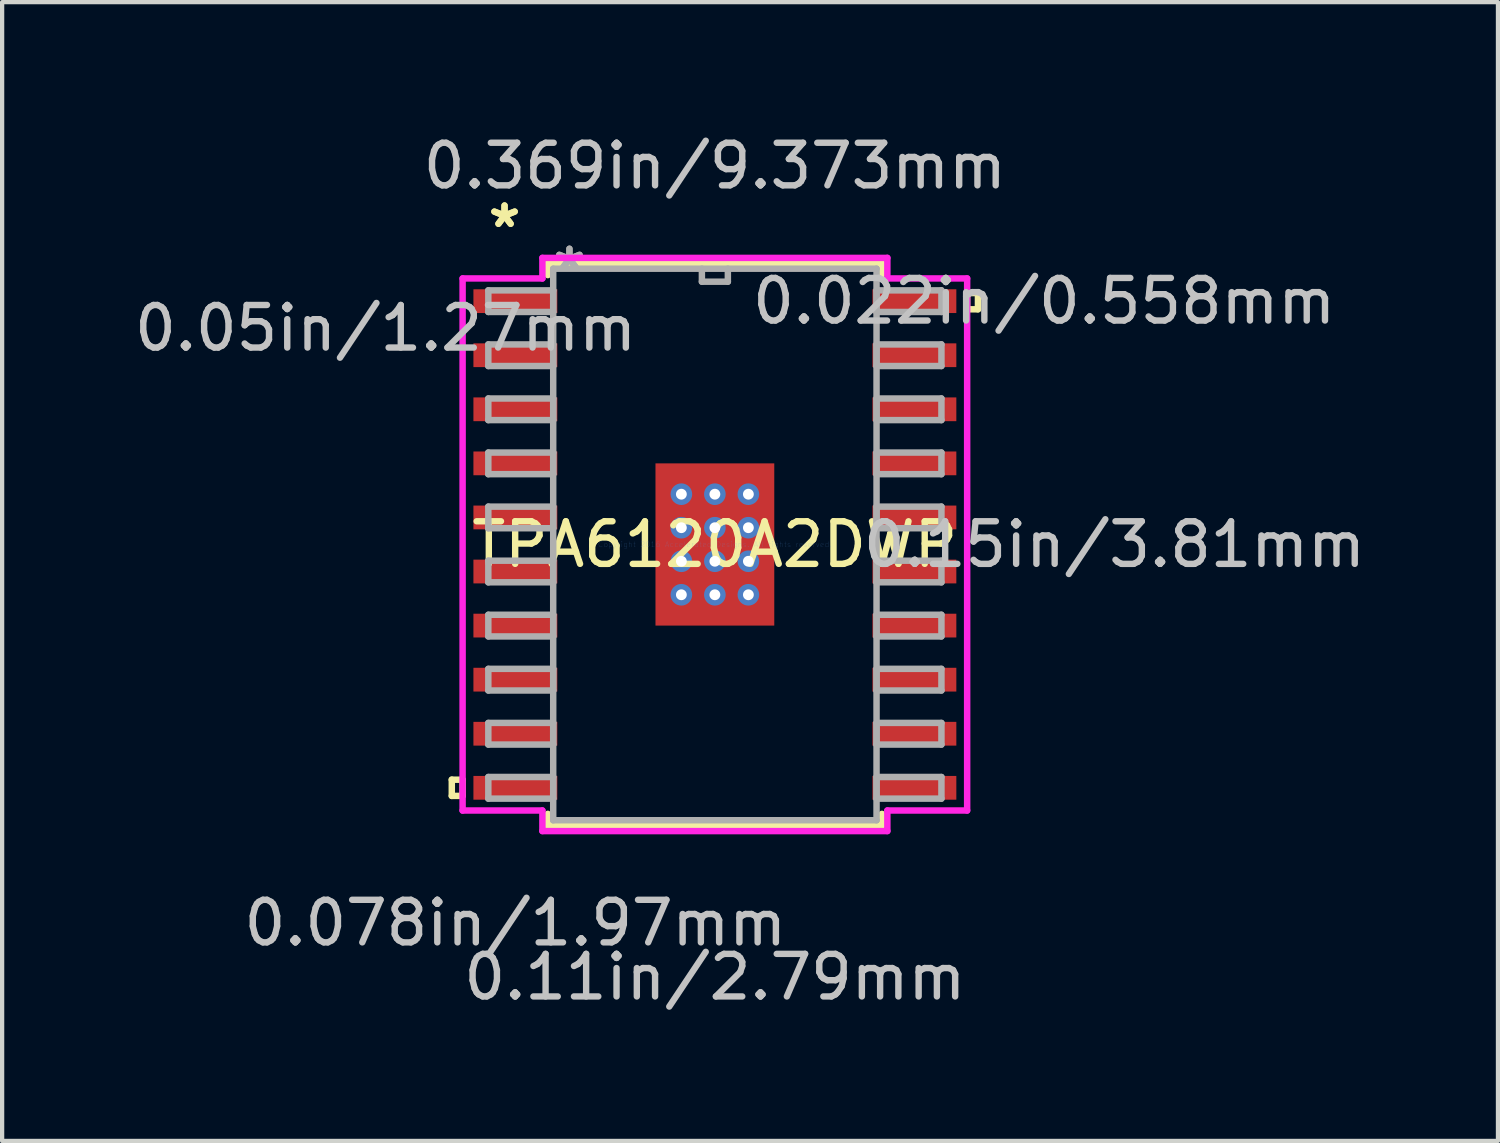
<source format=kicad_pcb>
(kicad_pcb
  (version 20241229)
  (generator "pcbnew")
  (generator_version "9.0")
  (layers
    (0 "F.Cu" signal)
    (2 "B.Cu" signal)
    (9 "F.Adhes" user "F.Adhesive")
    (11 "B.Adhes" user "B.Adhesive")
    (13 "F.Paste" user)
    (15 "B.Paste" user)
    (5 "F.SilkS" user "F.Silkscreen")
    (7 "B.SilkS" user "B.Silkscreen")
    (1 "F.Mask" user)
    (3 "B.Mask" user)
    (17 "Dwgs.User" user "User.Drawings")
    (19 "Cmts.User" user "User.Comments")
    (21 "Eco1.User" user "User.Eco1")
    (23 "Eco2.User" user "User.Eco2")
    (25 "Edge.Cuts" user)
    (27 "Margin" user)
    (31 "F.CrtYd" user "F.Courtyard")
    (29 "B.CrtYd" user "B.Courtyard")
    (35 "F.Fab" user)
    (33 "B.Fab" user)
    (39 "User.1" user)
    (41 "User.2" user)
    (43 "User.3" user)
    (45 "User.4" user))
  (footprint "TPA6120A2DWP"
    (layer "F.Cu")
    (at 13.74 9.738)
    (property "Reference" "TPA6120A2DWP" (at 0 0 0) (layer "F.SilkS") (effects (font (size 1 1) (thickness 0.15))))
    (attr through_hole)
    (fp_line (start -1.458 -1.968) (end -0.987 -1.968) (stroke (width 0.152) (type solid)) (layer "F.Mask"))
    (fp_line (start -1.458 -1.968) (end 1.458 -1.968) (stroke (width 0.152) (type solid)) (layer "F.Mask"))
    (fp_line (start -1.458 -1.381) (end -1.458 -1.968) (stroke (width 0.152) (type solid)) (layer "F.Mask"))
    (fp_line (start -1.458 -0.981) (end 1.458 -0.981) (stroke (width 0.152) (type solid)) (layer "F.Mask"))
    (fp_line (start -1.458 -0.594) (end -1.458 -0.981) (stroke (width 0.152) (type solid)) (layer "F.Mask"))
    (fp_line (start -1.458 -0.194) (end 1.458 -0.194) (stroke (width 0.152) (type solid)) (layer "F.Mask"))
    (fp_line (start -1.458 0.194) (end -1.458 -0.194) (stroke (width 0.152) (type solid)) (layer "F.Mask"))
    (fp_line (start -1.458 0.594) (end 1.458 0.594) (stroke (width 0.152) (type solid)) (layer "F.Mask"))
    (fp_line (start -1.458 0.981) (end -1.458 0.594) (stroke (width 0.152) (type solid)) (layer "F.Mask"))
    (fp_line (start -1.458 1.381) (end 1.458 1.381) (stroke (width 0.152) (type solid)) (layer "F.Mask"))
    (fp_line (start -1.458 1.968) (end -1.458 -1.968) (stroke (width 0.152) (type solid)) (layer "F.Mask"))
    (fp_line (start -1.458 1.968) (end -1.458 1.381) (stroke (width 0.152) (type solid)) (layer "F.Mask"))
    (fp_line (start -0.987 -1.968) (end -0.987 1.968) (stroke (width 0.152) (type solid)) (layer "F.Mask"))
    (fp_line (start -0.987 1.968) (end -1.458 1.968) (stroke (width 0.152) (type solid)) (layer "F.Mask"))
    (fp_line (start -0.587 -1.968) (end -0.587 1.968) (stroke (width 0.152) (type solid)) (layer "F.Mask"))
    (fp_line (start -0.587 1.968) (end -0.2 1.968) (stroke (width 0.152) (type solid)) (layer "F.Mask"))
    (fp_line (start -0.2 -1.968) (end -0.587 -1.968) (stroke (width 0.152) (type solid)) (layer "F.Mask"))
    (fp_line (start -0.2 1.968) (end -0.2 -1.968) (stroke (width 0.152) (type solid)) (layer "F.Mask"))
    (fp_line (start 0.2 -1.968) (end 0.2 1.968) (stroke (width 0.152) (type solid)) (layer "F.Mask"))
    (fp_line (start 0.2 1.968) (end 0.587 1.968) (stroke (width 0.152) (type solid)) (layer "F.Mask"))
    (fp_line (start 0.587 -1.968) (end 0.2 -1.968) (stroke (width 0.152) (type solid)) (layer "F.Mask"))
    (fp_line (start 0.587 1.968) (end 0.587 -1.968) (stroke (width 0.152) (type solid)) (layer "F.Mask"))
    (fp_line (start 0.987 -1.968) (end 1.458 -1.968) (stroke (width 0.152) (type solid)) (layer "F.Mask"))
    (fp_line (start 0.987 1.968) (end 0.987 -1.968) (stroke (width 0.152) (type solid)) (layer "F.Mask"))
    (fp_line (start 1.458 -1.968) (end 1.458 -1.381) (stroke (width 0.152) (type solid)) (layer "F.Mask"))
    (fp_line (start 1.458 -1.968) (end 1.458 1.968) (stroke (width 0.152) (type solid)) (layer "F.Mask"))
    (fp_line (start 1.458 -1.381) (end -1.458 -1.381) (stroke (width 0.152) (type solid)) (layer "F.Mask"))
    (fp_line (start 1.458 -0.981) (end 1.458 -0.594) (stroke (width 0.152) (type solid)) (layer "F.Mask"))
    (fp_line (start 1.458 -0.594) (end -1.458 -0.594) (stroke (width 0.152) (type solid)) (layer "F.Mask"))
    (fp_line (start 1.458 -0.194) (end 1.458 0.194) (stroke (width 0.152) (type solid)) (layer "F.Mask"))
    (fp_line (start 1.458 0.194) (end -1.458 0.194) (stroke (width 0.152) (type solid)) (layer "F.Mask"))
    (fp_line (start 1.458 0.594) (end 1.458 0.981) (stroke (width 0.152) (type solid)) (layer "F.Mask"))
    (fp_line (start 1.458 0.981) (end -1.458 0.981) (stroke (width 0.152) (type solid)) (layer "F.Mask"))
    (fp_line (start 1.458 1.381) (end 1.458 1.968) (stroke (width 0.152) (type solid)) (layer "F.Mask"))
    (fp_line (start 1.458 1.968) (end -1.458 1.968) (stroke (width 0.152) (type solid)) (layer "F.Mask"))
    (fp_line (start 1.458 1.968) (end 0.987 1.968) (stroke (width 0.152) (type solid)) (layer "F.Mask"))
    (fp_line (start -6.179 5.524) (end -6.179 5.905) (stroke (width 0.152) (type solid)) (layer "F.SilkS"))
    (fp_line (start -6.179 5.905) (end -5.925 5.905) (stroke (width 0.152) (type solid)) (layer "F.SilkS"))
    (fp_line (start -5.925 5.524) (end -6.179 5.524) (stroke (width 0.152) (type solid)) (layer "F.SilkS"))
    (fp_line (start -5.925 5.905) (end -5.925 5.524) (stroke (width 0.152) (type solid)) (layer "F.SilkS"))
    (fp_line (start -3.924 -6.604) (end -3.924 -6.327) (stroke (width 0.152) (type solid)) (layer "F.SilkS"))
    (fp_line (start -3.924 6.327) (end -3.924 6.604) (stroke (width 0.152) (type solid)) (layer "F.SilkS"))
    (fp_line (start -3.924 6.604) (end 3.924 6.604) (stroke (width 0.152) (type solid)) (layer "F.SilkS"))
    (fp_line (start 3.924 -6.604) (end -3.924 -6.604) (stroke (width 0.152) (type solid)) (layer "F.SilkS"))
    (fp_line (start 3.924 -6.327) (end 3.924 -6.604) (stroke (width 0.152) (type solid)) (layer "F.SilkS"))
    (fp_line (start 3.924 6.604) (end 3.924 6.327) (stroke (width 0.152) (type solid)) (layer "F.SilkS"))
    (fp_line (start 5.925 -5.905) (end 6.179 -5.905) (stroke (width 0.152) (type solid)) (layer "F.SilkS"))
    (fp_line (start 5.925 -5.524) (end 5.925 -5.905) (stroke (width 0.152) (type solid)) (layer "F.SilkS"))
    (fp_line (start 6.179 -5.905) (end 6.179 -5.524) (stroke (width 0.152) (type solid)) (layer "F.SilkS"))
    (fp_line (start 6.179 -5.524) (end 5.925 -5.524) (stroke (width 0.152) (type solid)) (layer "F.SilkS"))
    (fp_line (start -1.32 -1.83) (end -1.32 -1.281) (stroke (width 0.152) (type solid)) (layer "F.Paste"))
    (fp_line (start -1.32 -1.281) (end -1.029 -1.281) (stroke (width 0.152) (type solid)) (layer "F.Paste"))
    (fp_line (start -1.32 -1.081) (end -1.32 -0.494) (stroke (width 0.152) (type solid)) (layer "F.Paste"))
    (fp_line (start -1.32 -0.494) (end -1.029 -0.494) (stroke (width 0.152) (type solid)) (layer "F.Paste"))
    (fp_line (start -1.32 -0.294) (end -1.32 0.294) (stroke (width 0.152) (type solid)) (layer "F.Paste"))
    (fp_line (start -1.32 0.294) (end -1.029 0.294) (stroke (width 0.152) (type solid)) (layer "F.Paste"))
    (fp_line (start -1.32 0.494) (end -1.32 1.081) (stroke (width 0.152) (type solid)) (layer "F.Paste"))
    (fp_line (start -1.32 1.081) (end -1.029 1.081) (stroke (width 0.152) (type solid)) (layer "F.Paste"))
    (fp_line (start -1.32 1.281) (end -1.32 1.83) (stroke (width 0.152) (type solid)) (layer "F.Paste"))
    (fp_line (start -1.32 1.83) (end -0.887 1.83) (stroke (width 0.152) (type solid)) (layer "F.Paste"))
    (fp_line (start -1.029 -1.281) (end -1.029 -1.281) (stroke (width 0.152) (type solid)) (layer "F.Paste"))
    (fp_line (start -1.029 -1.281) (end -0.887 -1.423) (stroke (width 0.152) (type solid)) (layer "F.Paste"))
    (fp_line (start -1.029 -1.081) (end -1.32 -1.081) (stroke (width 0.152) (type solid)) (layer "F.Paste"))
    (fp_line (start -1.029 -1.081) (end -1.029 -1.081) (stroke (width 0.152) (type solid)) (layer "F.Paste"))
    (fp_line (start -1.029 -0.494) (end -1.029 -0.494) (stroke (width 0.152) (type solid)) (layer "F.Paste"))
    (fp_line (start -1.029 -0.494) (end -0.887 -0.635) (stroke (width 0.152) (type solid)) (layer "F.Paste"))
    (fp_line (start -1.029 -0.294) (end -1.32 -0.294) (stroke (width 0.152) (type solid)) (layer "F.Paste"))
    (fp_line (start -1.029 -0.294) (end -1.029 -0.294) (stroke (width 0.152) (type solid)) (layer "F.Paste"))
    (fp_line (start -1.029 0.294) (end -1.029 0.294) (stroke (width 0.152) (type solid)) (layer "F.Paste"))
    (fp_line (start -1.029 0.294) (end -0.887 0.152) (stroke (width 0.152) (type solid)) (layer "F.Paste"))
    (fp_line (start -1.029 0.494) (end -1.32 0.494) (stroke (width 0.152) (type solid)) (layer "F.Paste"))
    (fp_line (start -1.029 0.494) (end -1.029 0.494) (stroke (width 0.152) (type solid)) (layer "F.Paste"))
    (fp_line (start -1.029 1.081) (end -1.029 1.081) (stroke (width 0.152) (type solid)) (layer "F.Paste"))
    (fp_line (start -1.029 1.081) (end -0.887 0.94) (stroke (width 0.152) (type solid)) (layer "F.Paste"))
    (fp_line (start -1.029 1.281) (end -1.32 1.281) (stroke (width 0.152) (type solid)) (layer "F.Paste"))
    (fp_line (start -1.029 1.281) (end -1.029 1.281) (stroke (width 0.152) (type solid)) (layer "F.Paste"))
    (fp_line (start -0.887 -1.83) (end -1.32 -1.83) (stroke (width 0.152) (type solid)) (layer "F.Paste"))
    (fp_line (start -0.887 -1.423) (end -0.887 -1.83) (stroke (width 0.152) (type solid)) (layer "F.Paste"))
    (fp_line (start -0.887 -1.423) (end -0.887 -1.423) (stroke (width 0.152) (type solid)) (layer "F.Paste"))
    (fp_line (start -0.887 -0.94) (end -1.029 -1.081) (stroke (width 0.152) (type solid)) (layer "F.Paste"))
    (fp_line (start -0.887 -0.94) (end -0.887 -0.94) (stroke (width 0.152) (type solid)) (layer "F.Paste"))
    (fp_line (start -0.887 -0.635) (end -0.887 -0.94) (stroke (width 0.152) (type solid)) (layer "F.Paste"))
    (fp_line (start -0.887 -0.635) (end -0.887 -0.635) (stroke (width 0.152) (type solid)) (layer "F.Paste"))
    (fp_line (start -0.887 -0.152) (end -1.029 -0.294) (stroke (width 0.152) (type solid)) (layer "F.Paste"))
    (fp_line (start -0.887 -0.152) (end -0.887 -0.152) (stroke (width 0.152) (type solid)) (layer "F.Paste"))
    (fp_line (start -0.887 0.152) (end -0.887 -0.152) (stroke (width 0.152) (type solid)) (layer "F.Paste"))
    (fp_line (start -0.887 0.152) (end -0.887 0.152) (stroke (width 0.152) (type solid)) (layer "F.Paste"))
    (fp_line (start -0.887 0.635) (end -1.029 0.494) (stroke (width 0.152) (type solid)) (layer "F.Paste"))
    (fp_line (start -0.887 0.635) (end -0.887 0.635) (stroke (width 0.152) (type solid)) (layer "F.Paste"))
    (fp_line (start -0.887 0.94) (end -0.887 0.635) (stroke (width 0.152) (type solid)) (layer "F.Paste"))
    (fp_line (start -0.887 0.94) (end -0.887 0.94) (stroke (width 0.152) (type solid)) (layer "F.Paste"))
    (fp_line (start -0.887 1.423) (end -1.029 1.281) (stroke (width 0.152) (type solid)) (layer "F.Paste"))
    (fp_line (start -0.887 1.423) (end -0.887 1.423) (stroke (width 0.152) (type solid)) (layer "F.Paste"))
    (fp_line (start -0.887 1.83) (end -0.887 1.423) (stroke (width 0.152) (type solid)) (layer "F.Paste"))
    (fp_line (start -0.687 -1.83) (end -0.687 -1.423) (stroke (width 0.152) (type solid)) (layer "F.Paste"))
    (fp_line (start -0.687 -1.423) (end -0.687 -1.423) (stroke (width 0.152) (type solid)) (layer "F.Paste"))
    (fp_line (start -0.687 -1.423) (end -0.546 -1.281) (stroke (width 0.152) (type solid)) (layer "F.Paste"))
    (fp_line (start -0.687 -0.94) (end -0.687 -0.94) (stroke (width 0.152) (type solid)) (layer "F.Paste"))
    (fp_line (start -0.687 -0.94) (end -0.687 -0.635) (stroke (width 0.152) (type solid)) (layer "F.Paste"))
    (fp_line (start -0.687 -0.635) (end -0.687 -0.635) (stroke (width 0.152) (type solid)) (layer "F.Paste"))
    (fp_line (start -0.687 -0.635) (end -0.546 -0.494) (stroke (width 0.152) (type solid)) (layer "F.Paste"))
    (fp_line (start -0.687 -0.152) (end -0.687 -0.152) (stroke (width 0.152) (type solid)) (layer "F.Paste"))
    (fp_line (start -0.687 -0.152) (end -0.687 0.152) (stroke (width 0.152) (type solid)) (layer "F.Paste"))
    (fp_line (start -0.687 0.152) (end -0.687 0.152) (stroke (width 0.152) (type solid)) (layer "F.Paste"))
    (fp_line (start -0.687 0.152) (end -0.546 0.294) (stroke (width 0.152) (type solid)) (layer "F.Paste"))
    (fp_line (start -0.687 0.635) (end -0.687 0.635) (stroke (width 0.152) (type solid)) (layer "F.Paste"))
    (fp_line (start -0.687 0.635) (end -0.687 0.94) (stroke (width 0.152) (type solid)) (layer "F.Paste"))
    (fp_line (start -0.687 0.94) (end -0.687 0.94) (stroke (width 0.152) (type solid)) (layer "F.Paste"))
    (fp_line (start -0.687 0.94) (end -0.546 1.081) (stroke (width 0.152) (type solid)) (layer "F.Paste"))
    (fp_line (start -0.687 1.423) (end -0.687 1.423) (stroke (width 0.152) (type solid)) (layer "F.Paste"))
    (fp_line (start -0.687 1.423) (end -0.687 1.83) (stroke (width 0.152) (type solid)) (layer "F.Paste"))
    (fp_line (start -0.687 1.83) (end -0.1 1.83) (stroke (width 0.152) (type solid)) (layer "F.Paste"))
    (fp_line (start -0.546 -1.281) (end -0.546 -1.281) (stroke (width 0.152) (type solid)) (layer "F.Paste"))
    (fp_line (start -0.546 -1.281) (end -0.241 -1.281) (stroke (width 0.152) (type solid)) (layer "F.Paste"))
    (fp_line (start -0.546 -1.081) (end -0.687 -0.94) (stroke (width 0.152) (type solid)) (layer "F.Paste"))
    (fp_line (start -0.546 -1.081) (end -0.546 -1.081) (stroke (width 0.152) (type solid)) (layer "F.Paste"))
    (fp_line (start -0.546 -0.494) (end -0.546 -0.494) (stroke (width 0.152) (type solid)) (layer "F.Paste"))
    (fp_line (start -0.546 -0.494) (end -0.241 -0.494) (stroke (width 0.152) (type solid)) (layer "F.Paste"))
    (fp_line (start -0.546 -0.294) (end -0.687 -0.152) (stroke (width 0.152) (type solid)) (layer "F.Paste"))
    (fp_line (start -0.546 -0.294) (end -0.546 -0.294) (stroke (width 0.152) (type solid)) (layer "F.Paste"))
    (fp_line (start -0.546 0.294) (end -0.546 0.294) (stroke (width 0.152) (type solid)) (layer "F.Paste"))
    (fp_line (start -0.546 0.294) (end -0.241 0.294) (stroke (width 0.152) (type solid)) (layer "F.Paste"))
    (fp_line (start -0.546 0.494) (end -0.687 0.635) (stroke (width 0.152) (type solid)) (layer "F.Paste"))
    (fp_line (start -0.546 0.494) (end -0.546 0.494) (stroke (width 0.152) (type solid)) (layer "F.Paste"))
    (fp_line (start -0.546 1.081) (end -0.546 1.081) (stroke (width 0.152) (type solid)) (layer "F.Paste"))
    (fp_line (start -0.546 1.081) (end -0.241 1.081) (stroke (width 0.152) (type solid)) (layer "F.Paste"))
    (fp_line (start -0.546 1.281) (end -0.687 1.423) (stroke (width 0.152) (type solid)) (layer "F.Paste"))
    (fp_line (start -0.546 1.281) (end -0.546 1.281) (stroke (width 0.152) (type solid)) (layer "F.Paste"))
    (fp_line (start -0.241 -1.281) (end -0.241 -1.281) (stroke (width 0.152) (type solid)) (layer "F.Paste"))
    (fp_line (start -0.241 -1.281) (end -0.1 -1.423) (stroke (width 0.152) (type solid)) (layer "F.Paste"))
    (fp_line (start -0.241 -1.081) (end -0.546 -1.081) (stroke (width 0.152) (type solid)) (layer "F.Paste"))
    (fp_line (start -0.241 -1.081) (end -0.241 -1.081) (stroke (width 0.152) (type solid)) (layer "F.Paste"))
    (fp_line (start -0.241 -0.494) (end -0.241 -0.494) (stroke (width 0.152) (type solid)) (layer "F.Paste"))
    (fp_line (start -0.241 -0.494) (end -0.1 -0.635) (stroke (width 0.152) (type solid)) (layer "F.Paste"))
    (fp_line (start -0.241 -0.294) (end -0.546 -0.294) (stroke (width 0.152) (type solid)) (layer "F.Paste"))
    (fp_line (start -0.241 -0.294) (end -0.241 -0.294) (stroke (width 0.152) (type solid)) (layer "F.Paste"))
    (fp_line (start -0.241 0.294) (end -0.241 0.294) (stroke (width 0.152) (type solid)) (layer "F.Paste"))
    (fp_line (start -0.241 0.294) (end -0.1 0.152) (stroke (width 0.152) (type solid)) (layer "F.Paste"))
    (fp_line (start -0.241 0.494) (end -0.546 0.494) (stroke (width 0.152) (type solid)) (layer "F.Paste"))
    (fp_line (start -0.241 0.494) (end -0.241 0.494) (stroke (width 0.152) (type solid)) (layer "F.Paste"))
    (fp_line (start -0.241 1.081) (end -0.241 1.081) (stroke (width 0.152) (type solid)) (layer "F.Paste"))
    (fp_line (start -0.241 1.081) (end -0.1 0.94) (stroke (width 0.152) (type solid)) (layer "F.Paste"))
    (fp_line (start -0.241 1.281) (end -0.546 1.281) (stroke (width 0.152) (type solid)) (layer "F.Paste"))
    (fp_line (start -0.241 1.281) (end -0.241 1.281) (stroke (width 0.152) (type solid)) (layer "F.Paste"))
    (fp_line (start -0.1 -1.83) (end -0.687 -1.83) (stroke (width 0.152) (type solid)) (layer "F.Paste"))
    (fp_line (start -0.1 -1.423) (end -0.1 -1.83) (stroke (width 0.152) (type solid)) (layer "F.Paste"))
    (fp_line (start -0.1 -1.423) (end -0.1 -1.423) (stroke (width 0.152) (type solid)) (layer "F.Paste"))
    (fp_line (start -0.1 -0.94) (end -0.241 -1.081) (stroke (width 0.152) (type solid)) (layer "F.Paste"))
    (fp_line (start -0.1 -0.94) (end -0.1 -0.94) (stroke (width 0.152) (type solid)) (layer "F.Paste"))
    (fp_line (start -0.1 -0.635) (end -0.1 -0.94) (stroke (width 0.152) (type solid)) (layer "F.Paste"))
    (fp_line (start -0.1 -0.635) (end -0.1 -0.635) (stroke (width 0.152) (type solid)) (layer "F.Paste"))
    (fp_line (start -0.1 -0.152) (end -0.241 -0.294) (stroke (width 0.152) (type solid)) (layer "F.Paste"))
    (fp_line (start -0.1 -0.152) (end -0.1 -0.152) (stroke (width 0.152) (type solid)) (layer "F.Paste"))
    (fp_line (start -0.1 0.152) (end -0.1 -0.152) (stroke (width 0.152) (type solid)) (layer "F.Paste"))
    (fp_line (start -0.1 0.152) (end -0.1 0.152) (stroke (width 0.152) (type solid)) (layer "F.Paste"))
    (fp_line (start -0.1 0.635) (end -0.241 0.494) (stroke (width 0.152) (type solid)) (layer "F.Paste"))
    (fp_line (start -0.1 0.635) (end -0.1 0.635) (stroke (width 0.152) (type solid)) (layer "F.Paste"))
    (fp_line (start -0.1 0.94) (end -0.1 0.635) (stroke (width 0.152) (type solid)) (layer "F.Paste"))
    (fp_line (start -0.1 0.94) (end -0.1 0.94) (stroke (width 0.152) (type solid)) (layer "F.Paste"))
    (fp_line (start -0.1 1.423) (end -0.241 1.281) (stroke (width 0.152) (type solid)) (layer "F.Paste"))
    (fp_line (start -0.1 1.423) (end -0.1 1.423) (stroke (width 0.152) (type solid)) (layer "F.Paste"))
    (fp_line (start -0.1 1.83) (end -0.1 1.423) (stroke (width 0.152) (type solid)) (layer "F.Paste"))
    (fp_line (start 0.1 -1.83) (end 0.1 -1.423) (stroke (width 0.152) (type solid)) (layer "F.Paste"))
    (fp_line (start 0.1 -1.423) (end 0.1 -1.423) (stroke (width 0.152) (type solid)) (layer "F.Paste"))
    (fp_line (start 0.1 -1.423) (end 0.241 -1.281) (stroke (width 0.152) (type solid)) (layer "F.Paste"))
    (fp_line (start 0.1 -0.94) (end 0.1 -0.94) (stroke (width 0.152) (type solid)) (layer "F.Paste"))
    (fp_line (start 0.1 -0.94) (end 0.1 -0.635) (stroke (width 0.152) (type solid)) (layer "F.Paste"))
    (fp_line (start 0.1 -0.635) (end 0.1 -0.635) (stroke (width 0.152) (type solid)) (layer "F.Paste"))
    (fp_line (start 0.1 -0.635) (end 0.241 -0.494) (stroke (width 0.152) (type solid)) (layer "F.Paste"))
    (fp_line (start 0.1 -0.152) (end 0.1 -0.152) (stroke (width 0.152) (type solid)) (layer "F.Paste"))
    (fp_line (start 0.1 -0.152) (end 0.1 0.152) (stroke (width 0.152) (type solid)) (layer "F.Paste"))
    (fp_line (start 0.1 0.152) (end 0.1 0.152) (stroke (width 0.152) (type solid)) (layer "F.Paste"))
    (fp_line (start 0.1 0.152) (end 0.241 0.294) (stroke (width 0.152) (type solid)) (layer "F.Paste"))
    (fp_line (start 0.1 0.635) (end 0.1 0.635) (stroke (width 0.152) (type solid)) (layer "F.Paste"))
    (fp_line (start 0.1 0.635) (end 0.1 0.94) (stroke (width 0.152) (type solid)) (layer "F.Paste"))
    (fp_line (start 0.1 0.94) (end 0.1 0.94) (stroke (width 0.152) (type solid)) (layer "F.Paste"))
    (fp_line (start 0.1 0.94) (end 0.241 1.081) (stroke (width 0.152) (type solid)) (layer "F.Paste"))
    (fp_line (start 0.1 1.423) (end 0.1 1.423) (stroke (width 0.152) (type solid)) (layer "F.Paste"))
    (fp_line (start 0.1 1.423) (end 0.1 1.83) (stroke (width 0.152) (type solid)) (layer "F.Paste"))
    (fp_line (start 0.1 1.83) (end 0.687 1.83) (stroke (width 0.152) (type solid)) (layer "F.Paste"))
    (fp_line (start 0.241 -1.281) (end 0.241 -1.281) (stroke (width 0.152) (type solid)) (layer "F.Paste"))
    (fp_line (start 0.241 -1.281) (end 0.546 -1.281) (stroke (width 0.152) (type solid)) (layer "F.Paste"))
    (fp_line (start 0.241 -1.081) (end 0.1 -0.94) (stroke (width 0.152) (type solid)) (layer "F.Paste"))
    (fp_line (start 0.241 -1.081) (end 0.241 -1.081) (stroke (width 0.152) (type solid)) (layer "F.Paste"))
    (fp_line (start 0.241 -0.494) (end 0.241 -0.494) (stroke (width 0.152) (type solid)) (layer "F.Paste"))
    (fp_line (start 0.241 -0.494) (end 0.546 -0.494) (stroke (width 0.152) (type solid)) (layer "F.Paste"))
    (fp_line (start 0.241 -0.294) (end 0.1 -0.152) (stroke (width 0.152) (type solid)) (layer "F.Paste"))
    (fp_line (start 0.241 -0.294) (end 0.241 -0.294) (stroke (width 0.152) (type solid)) (layer "F.Paste"))
    (fp_line (start 0.241 0.294) (end 0.241 0.294) (stroke (width 0.152) (type solid)) (layer "F.Paste"))
    (fp_line (start 0.241 0.294) (end 0.546 0.294) (stroke (width 0.152) (type solid)) (layer "F.Paste"))
    (fp_line (start 0.241 0.494) (end 0.1 0.635) (stroke (width 0.152) (type solid)) (layer "F.Paste"))
    (fp_line (start 0.241 0.494) (end 0.241 0.494) (stroke (width 0.152) (type solid)) (layer "F.Paste"))
    (fp_line (start 0.241 1.081) (end 0.241 1.081) (stroke (width 0.152) (type solid)) (layer "F.Paste"))
    (fp_line (start 0.241 1.081) (end 0.546 1.081) (stroke (width 0.152) (type solid)) (layer "F.Paste"))
    (fp_line (start 0.241 1.281) (end 0.1 1.423) (stroke (width 0.152) (type solid)) (layer "F.Paste"))
    (fp_line (start 0.241 1.281) (end 0.241 1.281) (stroke (width 0.152) (type solid)) (layer "F.Paste"))
    (fp_line (start 0.546 -1.281) (end 0.546 -1.281) (stroke (width 0.152) (type solid)) (layer "F.Paste"))
    (fp_line (start 0.546 -1.281) (end 0.687 -1.423) (stroke (width 0.152) (type solid)) (layer "F.Paste"))
    (fp_line (start 0.546 -1.081) (end 0.241 -1.081) (stroke (width 0.152) (type solid)) (layer "F.Paste"))
    (fp_line (start 0.546 -1.081) (end 0.546 -1.081) (stroke (width 0.152) (type solid)) (layer "F.Paste"))
    (fp_line (start 0.546 -0.494) (end 0.546 -0.494) (stroke (width 0.152) (type solid)) (layer "F.Paste"))
    (fp_line (start 0.546 -0.494) (end 0.687 -0.635) (stroke (width 0.152) (type solid)) (layer "F.Paste"))
    (fp_line (start 0.546 -0.294) (end 0.241 -0.294) (stroke (width 0.152) (type solid)) (layer "F.Paste"))
    (fp_line (start 0.546 -0.294) (end 0.546 -0.294) (stroke (width 0.152) (type solid)) (layer "F.Paste"))
    (fp_line (start 0.546 0.294) (end 0.546 0.294) (stroke (width 0.152) (type solid)) (layer "F.Paste"))
    (fp_line (start 0.546 0.294) (end 0.687 0.152) (stroke (width 0.152) (type solid)) (layer "F.Paste"))
    (fp_line (start 0.546 0.494) (end 0.241 0.494) (stroke (width 0.152) (type solid)) (layer "F.Paste"))
    (fp_line (start 0.546 0.494) (end 0.546 0.494) (stroke (width 0.152) (type solid)) (layer "F.Paste"))
    (fp_line (start 0.546 1.081) (end 0.546 1.081) (stroke (width 0.152) (type solid)) (layer "F.Paste"))
    (fp_line (start 0.546 1.081) (end 0.687 0.94) (stroke (width 0.152) (type solid)) (layer "F.Paste"))
    (fp_line (start 0.546 1.281) (end 0.241 1.281) (stroke (width 0.152) (type solid)) (layer "F.Paste"))
    (fp_line (start 0.546 1.281) (end 0.546 1.281) (stroke (width 0.152) (type solid)) (layer "F.Paste"))
    (fp_line (start 0.687 -1.83) (end 0.1 -1.83) (stroke (width 0.152) (type solid)) (layer "F.Paste"))
    (fp_line (start 0.687 -1.423) (end 0.687 -1.83) (stroke (width 0.152) (type solid)) (layer "F.Paste"))
    (fp_line (start 0.687 -1.423) (end 0.687 -1.423) (stroke (width 0.152) (type solid)) (layer "F.Paste"))
    (fp_line (start 0.687 -0.94) (end 0.546 -1.081) (stroke (width 0.152) (type solid)) (layer "F.Paste"))
    (fp_line (start 0.687 -0.94) (end 0.687 -0.94) (stroke (width 0.152) (type solid)) (layer "F.Paste"))
    (fp_line (start 0.687 -0.635) (end 0.687 -0.94) (stroke (width 0.152) (type solid)) (layer "F.Paste"))
    (fp_line (start 0.687 -0.635) (end 0.687 -0.635) (stroke (width 0.152) (type solid)) (layer "F.Paste"))
    (fp_line (start 0.687 -0.152) (end 0.546 -0.294) (stroke (width 0.152) (type solid)) (layer "F.Paste"))
    (fp_line (start 0.687 -0.152) (end 0.687 -0.152) (stroke (width 0.152) (type solid)) (layer "F.Paste"))
    (fp_line (start 0.687 0.152) (end 0.687 -0.152) (stroke (width 0.152) (type solid)) (layer "F.Paste"))
    (fp_line (start 0.687 0.152) (end 0.687 0.152) (stroke (width 0.152) (type solid)) (layer "F.Paste"))
    (fp_line (start 0.687 0.635) (end 0.546 0.494) (stroke (width 0.152) (type solid)) (layer "F.Paste"))
    (fp_line (start 0.687 0.635) (end 0.687 0.635) (stroke (width 0.152) (type solid)) (layer "F.Paste"))
    (fp_line (start 0.687 0.94) (end 0.687 0.635) (stroke (width 0.152) (type solid)) (layer "F.Paste"))
    (fp_line (start 0.687 0.94) (end 0.687 0.94) (stroke (width 0.152) (type solid)) (layer "F.Paste"))
    (fp_line (start 0.687 1.423) (end 0.546 1.281) (stroke (width 0.152) (type solid)) (layer "F.Paste"))
    (fp_line (start 0.687 1.423) (end 0.687 1.423) (stroke (width 0.152) (type solid)) (layer "F.Paste"))
    (fp_line (start 0.687 1.83) (end 0.687 1.423) (stroke (width 0.152) (type solid)) (layer "F.Paste"))
    (fp_line (start 0.887 -1.83) (end 0.887 -1.423) (stroke (width 0.152) (type solid)) (layer "F.Paste"))
    (fp_line (start 0.887 -1.423) (end 0.887 -1.423) (stroke (width 0.152) (type solid)) (layer "F.Paste"))
    (fp_line (start 0.887 -1.423) (end 1.029 -1.281) (stroke (width 0.152) (type solid)) (layer "F.Paste"))
    (fp_line (start 0.887 -0.94) (end 0.887 -0.94) (stroke (width 0.152) (type solid)) (layer "F.Paste"))
    (fp_line (start 0.887 -0.94) (end 0.887 -0.635) (stroke (width 0.152) (type solid)) (layer "F.Paste"))
    (fp_line (start 0.887 -0.635) (end 0.887 -0.635) (stroke (width 0.152) (type solid)) (layer "F.Paste"))
    (fp_line (start 0.887 -0.635) (end 1.029 -0.494) (stroke (width 0.152) (type solid)) (layer "F.Paste"))
    (fp_line (start 0.887 -0.152) (end 0.887 -0.152) (stroke (width 0.152) (type solid)) (layer "F.Paste"))
    (fp_line (start 0.887 -0.152) (end 0.887 0.152) (stroke (width 0.152) (type solid)) (layer "F.Paste"))
    (fp_line (start 0.887 0.152) (end 0.887 0.152) (stroke (width 0.152) (type solid)) (layer "F.Paste"))
    (fp_line (start 0.887 0.152) (end 1.029 0.294) (stroke (width 0.152) (type solid)) (layer "F.Paste"))
    (fp_line (start 0.887 0.635) (end 0.887 0.635) (stroke (width 0.152) (type solid)) (layer "F.Paste"))
    (fp_line (start 0.887 0.635) (end 0.887 0.94) (stroke (width 0.152) (type solid)) (layer "F.Paste"))
    (fp_line (start 0.887 0.94) (end 0.887 0.94) (stroke (width 0.152) (type solid)) (layer "F.Paste"))
    (fp_line (start 0.887 0.94) (end 1.029 1.081) (stroke (width 0.152) (type solid)) (layer "F.Paste"))
    (fp_line (start 0.887 1.423) (end 0.887 1.423) (stroke (width 0.152) (type solid)) (layer "F.Paste"))
    (fp_line (start 0.887 1.423) (end 0.887 1.83) (stroke (width 0.152) (type solid)) (layer "F.Paste"))
    (fp_line (start 0.887 1.83) (end 1.32 1.83) (stroke (width 0.152) (type solid)) (layer "F.Paste"))
    (fp_line (start 1.029 -1.281) (end 1.029 -1.281) (stroke (width 0.152) (type solid)) (layer "F.Paste"))
    (fp_line (start 1.029 -1.281) (end 1.32 -1.281) (stroke (width 0.152) (type solid)) (layer "F.Paste"))
    (fp_line (start 1.029 -1.081) (end 0.887 -0.94) (stroke (width 0.152) (type solid)) (layer "F.Paste"))
    (fp_line (start 1.029 -1.081) (end 1.029 -1.081) (stroke (width 0.152) (type solid)) (layer "F.Paste"))
    (fp_line (start 1.029 -0.494) (end 1.029 -0.494) (stroke (width 0.152) (type solid)) (layer "F.Paste"))
    (fp_line (start 1.029 -0.494) (end 1.32 -0.494) (stroke (width 0.152) (type solid)) (layer "F.Paste"))
    (fp_line (start 1.029 -0.294) (end 0.887 -0.152) (stroke (width 0.152) (type solid)) (layer "F.Paste"))
    (fp_line (start 1.029 -0.294) (end 1.029 -0.294) (stroke (width 0.152) (type solid)) (layer "F.Paste"))
    (fp_line (start 1.029 0.294) (end 1.029 0.294) (stroke (width 0.152) (type solid)) (layer "F.Paste"))
    (fp_line (start 1.029 0.294) (end 1.32 0.294) (stroke (width 0.152) (type solid)) (layer "F.Paste"))
    (fp_line (start 1.029 0.494) (end 0.887 0.635) (stroke (width 0.152) (type solid)) (layer "F.Paste"))
    (fp_line (start 1.029 0.494) (end 1.029 0.494) (stroke (width 0.152) (type solid)) (layer "F.Paste"))
    (fp_line (start 1.029 1.081) (end 1.029 1.081) (stroke (width 0.152) (type solid)) (layer "F.Paste"))
    (fp_line (start 1.029 1.081) (end 1.32 1.081) (stroke (width 0.152) (type solid)) (layer "F.Paste"))
    (fp_line (start 1.029 1.281) (end 0.887 1.423) (stroke (width 0.152) (type solid)) (layer "F.Paste"))
    (fp_line (start 1.029 1.281) (end 1.029 1.281) (stroke (width 0.152) (type solid)) (layer "F.Paste"))
    (fp_line (start 1.32 -1.83) (end 0.887 -1.83) (stroke (width 0.152) (type solid)) (layer "F.Paste"))
    (fp_line (start 1.32 -1.281) (end 1.32 -1.83) (stroke (width 0.152) (type solid)) (layer "F.Paste"))
    (fp_line (start 1.32 -1.081) (end 1.029 -1.081) (stroke (width 0.152) (type solid)) (layer "F.Paste"))
    (fp_line (start 1.32 -0.494) (end 1.32 -1.081) (stroke (width 0.152) (type solid)) (layer "F.Paste"))
    (fp_line (start 1.32 -0.294) (end 1.029 -0.294) (stroke (width 0.152) (type solid)) (layer "F.Paste"))
    (fp_line (start 1.32 0.294) (end 1.32 -0.294) (stroke (width 0.152) (type solid)) (layer "F.Paste"))
    (fp_line (start 1.32 0.494) (end 1.029 0.494) (stroke (width 0.152) (type solid)) (layer "F.Paste"))
    (fp_line (start 1.32 1.081) (end 1.32 0.494) (stroke (width 0.152) (type solid)) (layer "F.Paste"))
    (fp_line (start 1.32 1.281) (end 1.029 1.281) (stroke (width 0.152) (type solid)) (layer "F.Paste"))
    (fp_line (start 1.32 1.83) (end 1.32 1.281) (stroke (width 0.152) (type solid)) (layer "F.Paste"))
    (fp_line (start -5.925 -6.248) (end -4.051 -6.248) (stroke (width 0.152) (type solid)) (layer "F.CrtYd"))
    (fp_line (start -5.925 6.248) (end -5.925 -6.248) (stroke (width 0.152) (type solid)) (layer "F.CrtYd"))
    (fp_line (start -4.051 -6.731) (end 4.051 -6.731) (stroke (width 0.152) (type solid)) (layer "F.CrtYd"))
    (fp_line (start -4.051 -6.248) (end -4.051 -6.731) (stroke (width 0.152) (type solid)) (layer "F.CrtYd"))
    (fp_line (start -4.051 6.248) (end -5.925 6.248) (stroke (width 0.152) (type solid)) (layer "F.CrtYd"))
    (fp_line (start -4.051 6.731) (end -4.051 6.248) (stroke (width 0.152) (type solid)) (layer "F.CrtYd"))
    (fp_line (start 4.051 -6.731) (end 4.051 -6.248) (stroke (width 0.152) (type solid)) (layer "F.CrtYd"))
    (fp_line (start 4.051 -6.248) (end 5.925 -6.248) (stroke (width 0.152) (type solid)) (layer "F.CrtYd"))
    (fp_line (start 4.051 6.248) (end 4.051 6.731) (stroke (width 0.152) (type solid)) (layer "F.CrtYd"))
    (fp_line (start 4.051 6.731) (end -4.051 6.731) (stroke (width 0.152) (type solid)) (layer "F.CrtYd"))
    (fp_line (start 5.925 -6.248) (end 5.925 6.248) (stroke (width 0.152) (type solid)) (layer "F.CrtYd"))
    (fp_line (start 5.925 6.248) (end 4.051 6.248) (stroke (width 0.152) (type solid)) (layer "F.CrtYd"))
    (fp_line (start -5.321 -5.969) (end -5.321 -5.461) (stroke (width 0.152) (type solid)) (layer "F.Fab"))
    (fp_line (start -5.321 -5.461) (end -3.797 -5.461) (stroke (width 0.152) (type solid)) (layer "F.Fab"))
    (fp_line (start -5.321 -4.699) (end -5.321 -4.191) (stroke (width 0.152) (type solid)) (layer "F.Fab"))
    (fp_line (start -5.321 -4.191) (end -3.797 -4.191) (stroke (width 0.152) (type solid)) (layer "F.Fab"))
    (fp_line (start -5.321 -3.429) (end -5.321 -2.921) (stroke (width 0.152) (type solid)) (layer "F.Fab"))
    (fp_line (start -5.321 -2.921) (end -3.797 -2.921) (stroke (width 0.152) (type solid)) (layer "F.Fab"))
    (fp_line (start -5.321 -2.159) (end -5.321 -1.651) (stroke (width 0.152) (type solid)) (layer "F.Fab"))
    (fp_line (start -5.321 -1.651) (end -3.797 -1.651) (stroke (width 0.152) (type solid)) (layer "F.Fab"))
    (fp_line (start -5.321 -0.889) (end -5.321 -0.381) (stroke (width 0.152) (type solid)) (layer "F.Fab"))
    (fp_line (start -5.321 -0.381) (end -3.797 -0.381) (stroke (width 0.152) (type solid)) (layer "F.Fab"))
    (fp_line (start -5.321 0.381) (end -5.321 0.889) (stroke (width 0.152) (type solid)) (layer "F.Fab"))
    (fp_line (start -5.321 0.889) (end -3.797 0.889) (stroke (width 0.152) (type solid)) (layer "F.Fab"))
    (fp_line (start -5.321 1.651) (end -5.321 2.159) (stroke (width 0.152) (type solid)) (layer "F.Fab"))
    (fp_line (start -5.321 2.159) (end -3.797 2.159) (stroke (width 0.152) (type solid)) (layer "F.Fab"))
    (fp_line (start -5.321 2.921) (end -5.321 3.429) (stroke (width 0.152) (type solid)) (layer "F.Fab"))
    (fp_line (start -5.321 3.429) (end -3.797 3.429) (stroke (width 0.152) (type solid)) (layer "F.Fab"))
    (fp_line (start -5.321 4.191) (end -5.321 4.699) (stroke (width 0.152) (type solid)) (layer "F.Fab"))
    (fp_line (start -5.321 4.699) (end -3.797 4.699) (stroke (width 0.152) (type solid)) (layer "F.Fab"))
    (fp_line (start -5.321 5.461) (end -5.321 5.969) (stroke (width 0.152) (type solid)) (layer "F.Fab"))
    (fp_line (start -5.321 5.969) (end -3.797 5.969) (stroke (width 0.152) (type solid)) (layer "F.Fab"))
    (fp_line (start -3.797 -6.477) (end -3.797 6.477) (stroke (width 0.152) (type solid)) (layer "F.Fab"))
    (fp_line (start -3.797 -5.969) (end -5.321 -5.969) (stroke (width 0.152) (type solid)) (layer "F.Fab"))
    (fp_line (start -3.797 -5.461) (end -3.797 -5.969) (stroke (width 0.152) (type solid)) (layer "F.Fab"))
    (fp_line (start -3.797 -4.699) (end -5.321 -4.699) (stroke (width 0.152) (type solid)) (layer "F.Fab"))
    (fp_line (start -3.797 -4.191) (end -3.797 -4.699) (stroke (width 0.152) (type solid)) (layer "F.Fab"))
    (fp_line (start -3.797 -3.429) (end -5.321 -3.429) (stroke (width 0.152) (type solid)) (layer "F.Fab"))
    (fp_line (start -3.797 -2.921) (end -3.797 -3.429) (stroke (width 0.152) (type solid)) (layer "F.Fab"))
    (fp_line (start -3.797 -2.159) (end -5.321 -2.159) (stroke (width 0.152) (type solid)) (layer "F.Fab"))
    (fp_line (start -3.797 -1.651) (end -3.797 -2.159) (stroke (width 0.152) (type solid)) (layer "F.Fab"))
    (fp_line (start -3.797 -0.889) (end -5.321 -0.889) (stroke (width 0.152) (type solid)) (layer "F.Fab"))
    (fp_line (start -3.797 -0.381) (end -3.797 -0.889) (stroke (width 0.152) (type solid)) (layer "F.Fab"))
    (fp_line (start -3.797 0.381) (end -5.321 0.381) (stroke (width 0.152) (type solid)) (layer "F.Fab"))
    (fp_line (start -3.797 0.889) (end -3.797 0.381) (stroke (width 0.152) (type solid)) (layer "F.Fab"))
    (fp_line (start -3.797 1.651) (end -5.321 1.651) (stroke (width 0.152) (type solid)) (layer "F.Fab"))
    (fp_line (start -3.797 2.159) (end -3.797 1.651) (stroke (width 0.152) (type solid)) (layer "F.Fab"))
    (fp_line (start -3.797 2.921) (end -5.321 2.921) (stroke (width 0.152) (type solid)) (layer "F.Fab"))
    (fp_line (start -3.797 3.429) (end -3.797 2.921) (stroke (width 0.152) (type solid)) (layer "F.Fab"))
    (fp_line (start -3.797 4.191) (end -5.321 4.191) (stroke (width 0.152) (type solid)) (layer "F.Fab"))
    (fp_line (start -3.797 4.699) (end -3.797 4.191) (stroke (width 0.152) (type solid)) (layer "F.Fab"))
    (fp_line (start -3.797 5.461) (end -5.321 5.461) (stroke (width 0.152) (type solid)) (layer "F.Fab"))
    (fp_line (start -3.797 5.969) (end -3.797 5.461) (stroke (width 0.152) (type solid)) (layer "F.Fab"))
    (fp_line (start -3.797 6.477) (end 3.797 6.477) (stroke (width 0.152) (type solid)) (layer "F.Fab"))
    (fp_line (start -0.305 -6.172) (end -0.305 -6.477) (stroke (width 0.152) (type solid)) (layer "F.Fab"))
    (fp_line (start 0.305 -6.477) (end 0.305 -6.172) (stroke (width 0.152) (type solid)) (layer "F.Fab"))
    (fp_line (start 0.305 -6.172) (end -0.305 -6.172) (stroke (width 0.152) (type solid)) (layer "F.Fab"))
    (fp_line (start 3.797 -6.477) (end -3.797 -6.477) (stroke (width 0.152) (type solid)) (layer "F.Fab"))
    (fp_line (start 3.797 -5.969) (end 3.797 -5.461) (stroke (width 0.152) (type solid)) (layer "F.Fab"))
    (fp_line (start 3.797 -5.461) (end 5.321 -5.461) (stroke (width 0.152) (type solid)) (layer "F.Fab"))
    (fp_line (start 3.797 -4.699) (end 3.797 -4.191) (stroke (width 0.152) (type solid)) (layer "F.Fab"))
    (fp_line (start 3.797 -4.191) (end 5.321 -4.191) (stroke (width 0.152) (type solid)) (layer "F.Fab"))
    (fp_line (start 3.797 -3.429) (end 3.797 -2.921) (stroke (width 0.152) (type solid)) (layer "F.Fab"))
    (fp_line (start 3.797 -2.921) (end 5.321 -2.921) (stroke (width 0.152) (type solid)) (layer "F.Fab"))
    (fp_line (start 3.797 -2.159) (end 3.797 -1.651) (stroke (width 0.152) (type solid)) (layer "F.Fab"))
    (fp_line (start 3.797 -1.651) (end 5.321 -1.651) (stroke (width 0.152) (type solid)) (layer "F.Fab"))
    (fp_line (start 3.797 -0.889) (end 3.797 -0.381) (stroke (width 0.152) (type solid)) (layer "F.Fab"))
    (fp_line (start 3.797 -0.381) (end 5.321 -0.381) (stroke (width 0.152) (type solid)) (layer "F.Fab"))
    (fp_line (start 3.797 0.381) (end 3.797 0.889) (stroke (width 0.152) (type solid)) (layer "F.Fab"))
    (fp_line (start 3.797 0.889) (end 5.321 0.889) (stroke (width 0.152) (type solid)) (layer "F.Fab"))
    (fp_line (start 3.797 1.651) (end 3.797 2.159) (stroke (width 0.152) (type solid)) (layer "F.Fab"))
    (fp_line (start 3.797 2.159) (end 5.321 2.159) (stroke (width 0.152) (type solid)) (layer "F.Fab"))
    (fp_line (start 3.797 2.921) (end 3.797 3.429) (stroke (width 0.152) (type solid)) (layer "F.Fab"))
    (fp_line (start 3.797 3.429) (end 5.321 3.429) (stroke (width 0.152) (type solid)) (layer "F.Fab"))
    (fp_line (start 3.797 4.191) (end 3.797 4.699) (stroke (width 0.152) (type solid)) (layer "F.Fab"))
    (fp_line (start 3.797 4.699) (end 5.321 4.699) (stroke (width 0.152) (type solid)) (layer "F.Fab"))
    (fp_line (start 3.797 5.461) (end 3.797 5.969) (stroke (width 0.152) (type solid)) (layer "F.Fab"))
    (fp_line (start 3.797 5.969) (end 5.321 5.969) (stroke (width 0.152) (type solid)) (layer "F.Fab"))
    (fp_line (start 3.797 6.477) (end 3.797 -6.477) (stroke (width 0.152) (type solid)) (layer "F.Fab"))
    (fp_line (start 5.321 -5.969) (end 3.797 -5.969) (stroke (width 0.152) (type solid)) (layer "F.Fab"))
    (fp_line (start 5.321 -5.461) (end 5.321 -5.969) (stroke (width 0.152) (type solid)) (layer "F.Fab"))
    (fp_line (start 5.321 -4.699) (end 3.797 -4.699) (stroke (width 0.152) (type solid)) (layer "F.Fab"))
    (fp_line (start 5.321 -4.191) (end 5.321 -4.699) (stroke (width 0.152) (type solid)) (layer "F.Fab"))
    (fp_line (start 5.321 -3.429) (end 3.797 -3.429) (stroke (width 0.152) (type solid)) (layer "F.Fab"))
    (fp_line (start 5.321 -2.921) (end 5.321 -3.429) (stroke (width 0.152) (type solid)) (layer "F.Fab"))
    (fp_line (start 5.321 -2.159) (end 3.797 -2.159) (stroke (width 0.152) (type solid)) (layer "F.Fab"))
    (fp_line (start 5.321 -1.651) (end 5.321 -2.159) (stroke (width 0.152) (type solid)) (layer "F.Fab"))
    (fp_line (start 5.321 -0.889) (end 3.797 -0.889) (stroke (width 0.152) (type solid)) (layer "F.Fab"))
    (fp_line (start 5.321 -0.381) (end 5.321 -0.889) (stroke (width 0.152) (type solid)) (layer "F.Fab"))
    (fp_line (start 5.321 0.381) (end 3.797 0.381) (stroke (width 0.152) (type solid)) (layer "F.Fab"))
    (fp_line (start 5.321 0.889) (end 5.321 0.381) (stroke (width 0.152) (type solid)) (layer "F.Fab"))
    (fp_line (start 5.321 1.651) (end 3.797 1.651) (stroke (width 0.152) (type solid)) (layer "F.Fab"))
    (fp_line (start 5.321 2.159) (end 5.321 1.651) (stroke (width 0.152) (type solid)) (layer "F.Fab"))
    (fp_line (start 5.321 2.921) (end 3.797 2.921) (stroke (width 0.152) (type solid)) (layer "F.Fab"))
    (fp_line (start 5.321 3.429) (end 5.321 2.921) (stroke (width 0.152) (type solid)) (layer "F.Fab"))
    (fp_line (start 5.321 4.191) (end 3.797 4.191) (stroke (width 0.152) (type solid)) (layer "F.Fab"))
    (fp_line (start 5.321 4.699) (end 5.321 4.191) (stroke (width 0.152) (type solid)) (layer "F.Fab"))
    (fp_line (start 5.321 5.461) (end 3.797 5.461) (stroke (width 0.152) (type solid)) (layer "F.Fab"))
    (fp_line (start 5.321 5.969) (end 5.321 5.461) (stroke (width 0.152) (type solid)) (layer "F.Fab"))
    (fp_text user "*" (at -4.94 -7.416 0) (layer "F.SilkS") (effects (font (size 1 1) (thickness 0.15))))
    (fp_text user "*" (at -4.94 -7.416 0) (layer "F.SilkS") (effects (font (size 1 1) (thickness 0.15))))
    (fp_text user "0.11in/2.79mm" (at 0 10.16 0) (layer "Dwgs.User") (effects (font (size 1 1) (thickness 0.15))))
    (fp_text user "0.078in/1.97mm" (at -4.686 8.89 0) (layer "Dwgs.User") (effects (font (size 1 1) (thickness 0.15))))
    (fp_text user "0.369in/9.373mm" (at 0 -8.89 0) (layer "Dwgs.User") (effects (font (size 1 1) (thickness 0.15))))
    (fp_text user "0.05in/1.27mm" (at -7.734 -5.08 0) (layer "Dwgs.User") (effects (font (size 1 1) (thickness 0.15))))
    (fp_text user "0.15in/3.81mm" (at 9.385 0 0) (layer "Dwgs.User") (effects (font (size 1 1) (thickness 0.15))))
    (fp_text user "0.022in/0.558mm" (at 7.734 -5.715 0) (layer "Dwgs.User") (effects (font (size 1 1) (thickness 0.15))))
    (fp_text user "Copyright 2016 Accelerated Designs. All rights reserved." (at 0 0 0) (layer "Cmts.User") (effects (font (size 0.127 0.127) (thickness 0.002))))
    (fp_text user "*" (at -3.416 -6.401 0) (layer "F.Fab") (effects (font (size 1 1) (thickness 0.15))))
    (fp_text user "*" (at -3.416 -6.401 0) (layer "F.Fab") (effects (font (size 1 1) (thickness 0.15))))
    (pad "1" smd rect (at -4.686 -5.715) (size 1.97 0.558) (layers "F.Cu" "F.Mask" "F.Paste"))
    (pad "2" smd rect (at -4.686 -4.445) (size 1.97 0.558) (layers "F.Cu" "F.Mask" "F.Paste"))
    (pad "3" smd rect (at -4.686 -3.175) (size 1.97 0.558) (layers "F.Cu" "F.Mask" "F.Paste"))
    (pad "4" smd rect (at -4.686 -1.905) (size 1.97 0.558) (layers "F.Cu" "F.Mask" "F.Paste"))
    (pad "5" smd rect (at -4.686 -0.635) (size 1.97 0.558) (layers "F.Cu" "F.Mask" "F.Paste"))
    (pad "6" smd rect (at -4.686 0.635) (size 1.97 0.558) (layers "F.Cu" "F.Mask" "F.Paste"))
    (pad "7" smd rect (at -4.686 1.905) (size 1.97 0.558) (layers "F.Cu" "F.Mask" "F.Paste"))
    (pad "8" smd rect (at -4.686 3.175) (size 1.97 0.558) (layers "F.Cu" "F.Mask" "F.Paste"))
    (pad "9" smd rect (at -4.686 4.445) (size 1.97 0.558) (layers "F.Cu" "F.Mask" "F.Paste"))
    (pad "10" smd rect (at -4.686 5.715) (size 1.97 0.558) (layers "F.Cu" "F.Mask" "F.Paste"))
    (pad "11" smd rect (at 4.686 5.715) (size 1.97 0.558) (layers "F.Cu" "F.Mask" "F.Paste"))
    (pad "12" smd rect (at 4.686 4.445) (size 1.97 0.558) (layers "F.Cu" "F.Mask" "F.Paste"))
    (pad "13" smd rect (at 4.686 3.175) (size 1.97 0.558) (layers "F.Cu" "F.Mask" "F.Paste"))
    (pad "14" smd rect (at 4.686 1.905) (size 1.97 0.558) (layers "F.Cu" "F.Mask" "F.Paste"))
    (pad "15" smd rect (at 4.686 0.635) (size 1.97 0.558) (layers "F.Cu" "F.Mask" "F.Paste"))
    (pad "16" smd rect (at 4.686 -0.635) (size 1.97 0.558) (layers "F.Cu" "F.Mask" "F.Paste"))
    (pad "17" smd rect (at 4.686 -1.905) (size 1.97 0.558) (layers "F.Cu" "F.Mask" "F.Paste"))
    (pad "18" smd rect (at 4.686 -3.175) (size 1.97 0.558) (layers "F.Cu" "F.Mask" "F.Paste"))
    (pad "19" smd rect (at 4.686 -4.445) (size 1.97 0.558) (layers "F.Cu" "F.Mask" "F.Paste"))
    (pad "20" smd rect (at 4.686 -5.715) (size 1.97 0.558) (layers "F.Cu" "F.Mask" "F.Paste"))
    (pad "EPAD" smd rect (at 0 0) (size 2.79 3.81) (layers "F.Cu" "F.Mask" "F.Paste"))
    (pad "V" thru_hole circle (at -0.787 -1.181) (size 0.508 0.508) (drill 0.254) (layers "*.Cu" "*.Mask"))
    (pad "V" thru_hole circle (at -0.787 -0.394) (size 0.508 0.508) (drill 0.254) (layers "*.Cu" "*.Mask"))
    (pad "V" thru_hole circle (at -0.787 0.394) (size 0.508 0.508) (drill 0.254) (layers "*.Cu" "*.Mask"))
    (pad "V" thru_hole circle (at -0.787 1.181) (size 0.508 0.508) (drill 0.254) (layers "*.Cu" "*.Mask"))
    (pad "V" thru_hole circle (at 0 -1.181) (size 0.508 0.508) (drill 0.254) (layers "*.Cu" "*.Mask"))
    (pad "V" thru_hole circle (at 0 -0.394) (size 0.508 0.508) (drill 0.254) (layers "*.Cu" "*.Mask"))
    (pad "V" thru_hole circle (at 0 0.394) (size 0.508 0.508) (drill 0.254) (layers "*.Cu" "*.Mask"))
    (pad "V" thru_hole circle (at 0 1.181) (size 0.508 0.508) (drill 0.254) (layers "*.Cu" "*.Mask"))
    (pad "V" thru_hole circle (at 0.787 -1.181) (size 0.508 0.508) (drill 0.254) (layers "*.Cu" "*.Mask"))
    (pad "V" thru_hole circle (at 0.787 -0.394) (size 0.508 0.508) (drill 0.254) (layers "*.Cu" "*.Mask"))
    (pad "V" thru_hole circle (at 0.787 0.394) (size 0.508 0.508) (drill 0.254) (layers "*.Cu" "*.Mask"))
    (pad "V" thru_hole circle (at 0.787 1.181) (size 0.508 0.508) (drill 0.254) (layers "*.Cu" "*.Mask")))
  (gr_rect
    (start -3 -3)
    (end 32.132 23.747)
    (stroke (width 0.1) (type default))
    (fill no)
    (layer "Edge.Cuts")))
</source>
